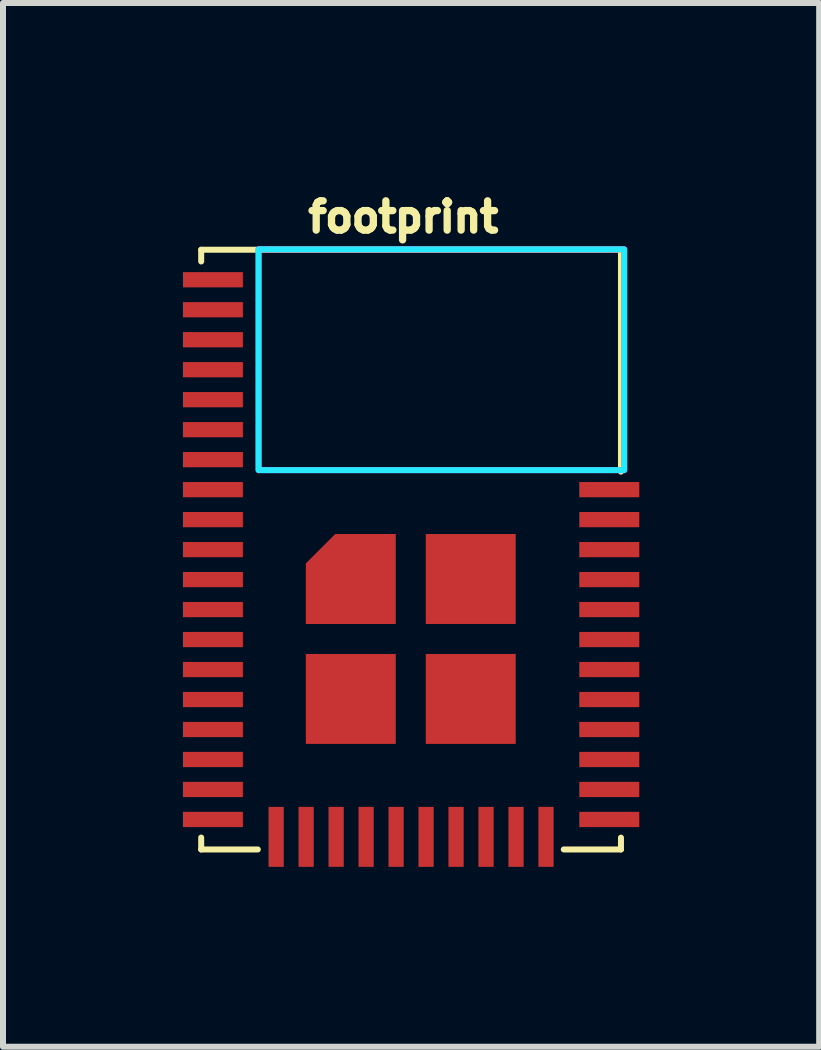
<source format=kicad_pcb>
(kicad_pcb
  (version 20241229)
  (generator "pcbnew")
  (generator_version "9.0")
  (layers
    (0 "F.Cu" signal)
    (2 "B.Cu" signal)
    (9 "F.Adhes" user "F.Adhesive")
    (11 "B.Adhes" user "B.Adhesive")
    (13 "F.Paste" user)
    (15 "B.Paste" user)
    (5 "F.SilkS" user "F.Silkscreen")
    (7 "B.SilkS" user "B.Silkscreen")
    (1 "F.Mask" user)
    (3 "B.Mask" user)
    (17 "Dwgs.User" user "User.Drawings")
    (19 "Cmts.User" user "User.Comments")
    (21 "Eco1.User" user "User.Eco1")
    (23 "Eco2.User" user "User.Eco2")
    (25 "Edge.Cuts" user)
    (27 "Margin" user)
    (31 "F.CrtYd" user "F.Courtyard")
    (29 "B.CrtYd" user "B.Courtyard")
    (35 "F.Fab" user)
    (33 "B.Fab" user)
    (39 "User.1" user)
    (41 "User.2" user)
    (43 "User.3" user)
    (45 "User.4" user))
  (footprint "footprint"
    (layer "F.Cu")
    (at 0.5 1.615)
    (property "Reference" "footprint" (at 3.175 -0.762 0) (layer "F.SilkS") (effects (font (size 0.488 0.488) (thickness 0.122)) (justify bottom)))
    (fp_poly (pts (xy 3.05 5.74) (xy 1.55 5.74) (xy 1.55 4.73) (xy 2.04 4.24) (xy 3.05 4.24)) (stroke (width 0) (type solid)) (fill yes) (layer "F.Cu"))
    (fp_poly (pts (xy 3.152 5.843) (xy 1.448 5.843) (xy 1.448 4.649) (xy 1.959 4.138) (xy 3.152 4.138)) (stroke (width 0) (type solid)) (fill yes) (layer "F.Mask"))
    (fp_line (start -0.195 -0.5) (end 6.805 -0.5) (stroke (width 0.1) (type solid)) (layer "F.SilkS"))
    (fp_line (start -0.195 -0.305) (end -0.195 -0.5) (stroke (width 0.1) (type solid)) (layer "F.SilkS"))
    (fp_line (start -0.195 9.5) (end -0.195 9.302) (stroke (width 0.1) (type solid)) (layer "F.SilkS"))
    (fp_line (start -0.195 9.5) (end 0.749 9.5) (stroke (width 0.1) (type solid)) (layer "F.SilkS"))
    (fp_line (start 5.851 9.5) (end 6.805 9.5) (stroke (width 0.1) (type solid)) (layer "F.SilkS"))
    (fp_line (start 6.805 -0.5) (end 6.805 3.2) (stroke (width 0.1) (type solid)) (layer "F.SilkS"))
    (fp_line (start 6.805 9.5) (end 6.805 9.303) (stroke (width 0.1) (type solid)) (layer "F.SilkS"))
    (fp_circle (center 2.286 6.96) (end 2.438 6.96) (stroke (width 0.305) (type solid)) (fill yes) (layer "F.Paste"))
    (fp_circle (center 2.337 4.953) (end 2.489 4.953) (stroke (width 0.305) (type solid)) (fill yes) (layer "F.Paste"))
    (fp_circle (center 4.293 4.953) (end 4.445 4.953) (stroke (width 0.305) (type solid)) (fill yes) (layer "F.Paste"))
    (fp_circle (center 4.318 6.985) (end 4.47 6.985) (stroke (width 0.305) (type solid)) (fill yes) (layer "F.Paste"))
    (fp_poly (pts (xy 0.762 3.175) (xy 6.858 3.175) (xy 6.858 -0.508) (xy 0.762 -0.508)) (stroke (width 0.1) (type solid)) (fill no) (layer "B.CrtYd"))
    (fp_poly (pts (xy 0.762 3.175) (xy 6.858 3.175) (xy 6.858 -0.508) (xy 0.762 -0.508)) (stroke (width 0.1) (type solid)) (fill no) (layer "F.CrtYd"))
    (pad "1" smd rect (at 0 0) (size 1 0.254) (layers "F.Cu" "F.Mask" "F.Paste"))
    (pad "2" smd rect (at 0 0.5) (size 1 0.254) (layers "F.Cu" "F.Mask" "F.Paste"))
    (pad "3" smd rect (at 0 1) (size 1 0.254) (layers "F.Cu" "F.Mask" "F.Paste"))
    (pad "4" smd rect (at 0 1.5) (size 1 0.254) (layers "F.Cu" "F.Mask" "F.Paste"))
    (pad "5" smd rect (at 0 2) (size 1 0.254) (layers "F.Cu" "F.Mask" "F.Paste"))
    (pad "6" smd rect (at 0 2.5) (size 1 0.254) (layers "F.Cu" "F.Mask" "F.Paste"))
    (pad "7" smd rect (at 0 3) (size 1 0.254) (layers "F.Cu" "F.Mask" "F.Paste"))
    (pad "8" smd rect (at 0 3.5) (size 1 0.254) (layers "F.Cu" "F.Mask" "F.Paste"))
    (pad "9" smd rect (at 0 4) (size 1 0.254) (layers "F.Cu" "F.Mask" "F.Paste"))
    (pad "10" smd rect (at 0 4.5) (size 1 0.254) (layers "F.Cu" "F.Mask" "F.Paste"))
    (pad "11" smd rect (at 0 5) (size 1 0.254) (layers "F.Cu" "F.Mask" "F.Paste"))
    (pad "12" smd rect (at 0 5.5) (size 1 0.254) (layers "F.Cu" "F.Mask" "F.Paste"))
    (pad "13" smd rect (at 0 6) (size 1 0.254) (layers "F.Cu" "F.Mask" "F.Paste"))
    (pad "14" smd rect (at 0 6.5) (size 1 0.254) (layers "F.Cu" "F.Mask" "F.Paste"))
    (pad "15" smd rect (at 0 7) (size 1 0.254) (layers "F.Cu" "F.Mask" "F.Paste"))
    (pad "16" smd rect (at 0 7.5) (size 1 0.254) (layers "F.Cu" "F.Mask" "F.Paste"))
    (pad "17" smd rect (at 0 8) (size 1 0.254) (layers "F.Cu" "F.Mask" "F.Paste"))
    (pad "18" smd rect (at 0 8.5) (size 1 0.254) (layers "F.Cu" "F.Mask" "F.Paste"))
    (pad "19" smd rect (at 0 9) (size 1 0.254) (layers "F.Cu" "F.Mask" "F.Paste"))
    (pad "20" smd rect (at 1.055 9.29 90) (size 1 0.254) (layers "F.Cu" "F.Mask" "F.Paste"))
    (pad "21" smd rect (at 1.555 9.29 90) (size 1 0.254) (layers "F.Cu" "F.Mask" "F.Paste"))
    (pad "22" smd rect (at 2.055 9.29 90) (size 1 0.254) (layers "F.Cu" "F.Mask" "F.Paste"))
    (pad "23" smd rect (at 2.555 9.29 90) (size 1 0.254) (layers "F.Cu" "F.Mask" "F.Paste"))
    (pad "24" smd rect (at 3.055 9.29 90) (size 1 0.254) (layers "F.Cu" "F.Mask" "F.Paste"))
    (pad "25" smd rect (at 3.555 9.29 90) (size 1 0.254) (layers "F.Cu" "F.Mask" "F.Paste"))
    (pad "26" smd rect (at 4.055 9.29 90) (size 1 0.254) (layers "F.Cu" "F.Mask" "F.Paste"))
    (pad "27" smd rect (at 4.555 9.29 90) (size 1 0.254) (layers "F.Cu" "F.Mask" "F.Paste"))
    (pad "28" smd rect (at 5.055 9.29 90) (size 1 0.254) (layers "F.Cu" "F.Mask" "F.Paste"))
    (pad "29" smd rect (at 5.555 9.29 90) (size 1 0.254) (layers "F.Cu" "F.Mask" "F.Paste"))
    (pad "30" smd rect (at 6.61 9) (size 1 0.254) (layers "F.Cu" "F.Mask" "F.Paste"))
    (pad "31" smd rect (at 6.61 8.5) (size 1 0.254) (layers "F.Cu" "F.Mask" "F.Paste"))
    (pad "32" smd rect (at 6.61 8) (size 1 0.254) (layers "F.Cu" "F.Mask" "F.Paste"))
    (pad "33" smd rect (at 6.61 7.5) (size 1 0.254) (layers "F.Cu" "F.Mask" "F.Paste"))
    (pad "34" smd rect (at 6.61 7) (size 1 0.254) (layers "F.Cu" "F.Mask" "F.Paste"))
    (pad "35" smd rect (at 6.61 6.5) (size 1 0.254) (layers "F.Cu" "F.Mask" "F.Paste"))
    (pad "36" smd rect (at 6.61 6) (size 1 0.254) (layers "F.Cu" "F.Mask" "F.Paste"))
    (pad "37" smd rect (at 6.61 5.5) (size 1 0.254) (layers "F.Cu" "F.Mask" "F.Paste"))
    (pad "38" smd rect (at 6.61 5) (size 1 0.254) (layers "F.Cu" "F.Mask" "F.Paste"))
    (pad "39" smd rect (at 6.61 4.5) (size 1 0.254) (layers "F.Cu" "F.Mask" "F.Paste"))
    (pad "40" smd rect (at 6.61 4) (size 1 0.254) (layers "F.Cu" "F.Mask" "F.Paste"))
    (pad "41" smd rect (at 6.61 3.5) (size 1 0.254) (layers "F.Cu" "F.Mask" "F.Paste"))
    (pad "42" smd rect (at 2.3 4.99) (size 0.9 0.9) (layers "F.Cu"))
    (pad "43" smd rect (at 2.3 6.99) (size 1.5 1.5) (layers "F.Cu" "F.Mask"))
    (pad "44" smd rect (at 4.3 6.99) (size 1.5 1.5) (layers "F.Cu" "F.Mask"))
    (pad "45" smd rect (at 4.3 4.99) (size 1.5 1.5) (layers "F.Cu" "F.Mask")))
  (gr_rect
    (start -3 -3)
    (end 10.61 14.405)
    (stroke (width 0.1) (type default))
    (fill no)
    (layer "Edge.Cuts")))
</source>
